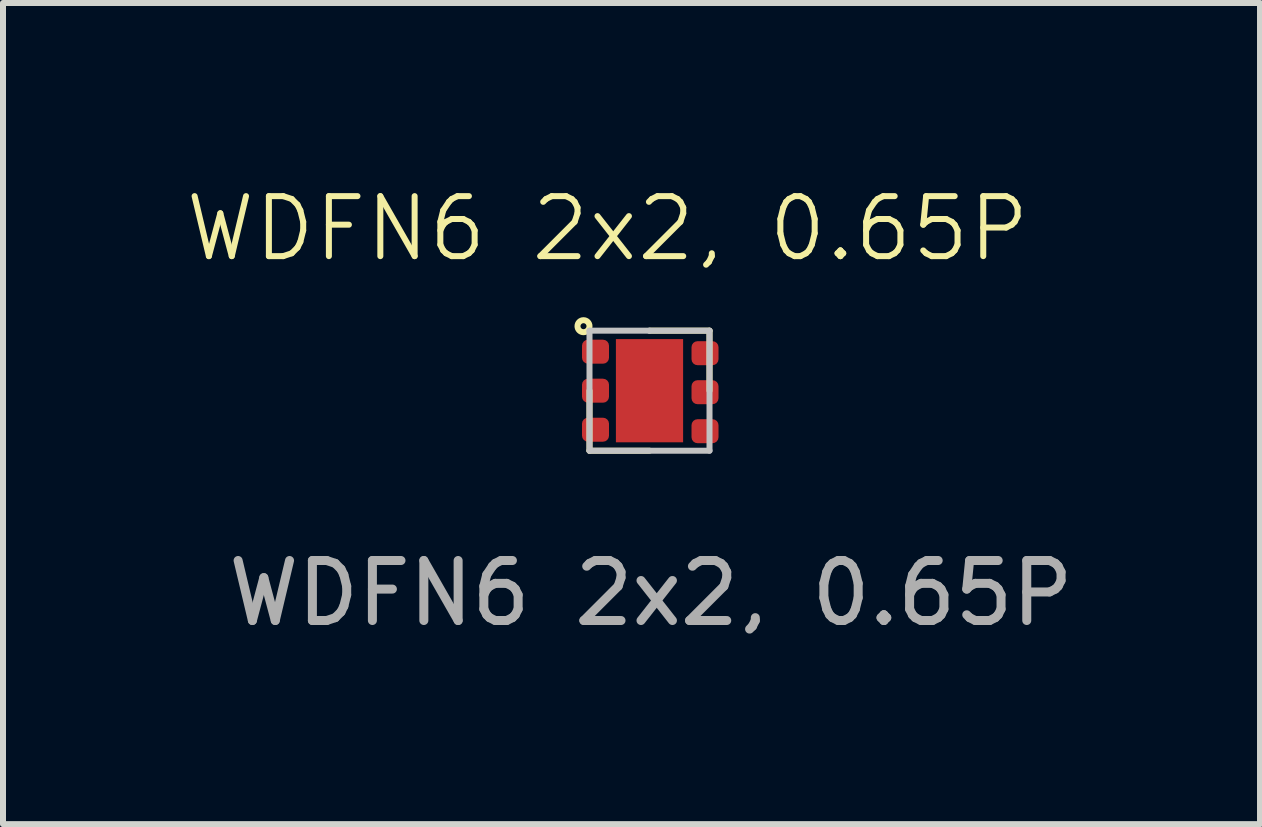
<source format=kicad_pcb>
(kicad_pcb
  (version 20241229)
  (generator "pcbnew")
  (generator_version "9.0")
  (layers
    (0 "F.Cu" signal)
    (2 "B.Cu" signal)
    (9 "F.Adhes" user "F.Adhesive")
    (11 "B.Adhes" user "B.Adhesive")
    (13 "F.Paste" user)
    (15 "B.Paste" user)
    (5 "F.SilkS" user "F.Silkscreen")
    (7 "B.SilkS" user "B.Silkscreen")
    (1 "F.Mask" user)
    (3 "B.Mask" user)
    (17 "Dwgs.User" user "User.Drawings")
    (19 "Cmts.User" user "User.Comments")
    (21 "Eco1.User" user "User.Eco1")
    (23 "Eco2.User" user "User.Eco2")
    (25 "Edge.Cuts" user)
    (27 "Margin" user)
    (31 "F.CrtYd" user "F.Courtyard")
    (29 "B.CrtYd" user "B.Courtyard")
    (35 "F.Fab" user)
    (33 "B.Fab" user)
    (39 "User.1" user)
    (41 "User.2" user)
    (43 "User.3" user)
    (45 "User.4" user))
  (footprint "WDFN6 2x2, 0.65P"
    (layer "F.Cu")
    (at 7.774 3.461)
    (property "Reference" "WDFN6 2x2, 0.65P" (at -0.7 -2.7 0) (unlocked yes) (layer "F.SilkS") (effects (font (size 1 1) (thickness 0.1))))
    (attr smd)
    (fp_line (start -1 0) (end -1 1) (stroke (width 0.1) (type default)) (layer "F.SilkS"))
    (fp_line (start -1 1) (end 0 1) (stroke (width 0.1) (type default)) (layer "F.SilkS"))
    (fp_line (start 0 -1) (end 1 -1) (stroke (width 0.1) (type default)) (layer "F.SilkS"))
    (fp_line (start 1 -1) (end 1 0) (stroke (width 0.1) (type default)) (layer "F.SilkS"))
    (fp_circle (center -1.1 -1.075) (end -1 -1.075) (stroke (width 0.1) (type default)) (fill no) (layer "F.SilkS"))
    (fp_line (start -1 -1) (end -1 1) (stroke (width 0.1) (type default)) (layer "Dwgs.User"))
    (fp_line (start -1 1) (end 1 1) (stroke (width 0.1) (type default)) (layer "Dwgs.User"))
    (fp_line (start 0 -1) (end -1 -1) (stroke (width 0.1) (type default)) (layer "Dwgs.User"))
    (fp_line (start 0 -1) (end 1 -1) (stroke (width 0.1) (type default)) (layer "Dwgs.User"))
    (fp_line (start 1 1) (end 1 -1) (stroke (width 0.1) (type default)) (layer "Dwgs.User"))
    (fp_text user "${REFERENCE}" (at 0.025 3.375 0) (unlocked yes) (layer "F.Fab") (effects (font (size 1 1) (thickness 0.15))))
    (pad "1" smd roundrect (at -0.9 -0.65) (size 0.45 0.4) (layers "F.Cu" "F.Mask" "F.Paste") (roundrect_rratio 0.25))
    (pad "2" smd roundrect (at -0.9 0) (size 0.45 0.4) (layers "F.Cu" "F.Mask" "F.Paste") (roundrect_rratio 0.25))
    (pad "3" smd roundrect (at -0.9 0.65) (size 0.45 0.4) (layers "F.Cu" "F.Mask" "F.Paste") (roundrect_rratio 0.25))
    (pad "4" smd roundrect (at 0.925 0.675) (size 0.45 0.4) (layers "F.Cu" "F.Mask" "F.Paste") (roundrect_rratio 0.25))
    (pad "5" smd roundrect (at 0.925 0.025) (size 0.45 0.4) (layers "F.Cu" "F.Mask" "F.Paste") (roundrect_rratio 0.25))
    (pad "6" smd roundrect (at 0.925 -0.625) (size 0.45 0.4) (layers "F.Cu" "F.Mask" "F.Paste") (roundrect_rratio 0.25))
    (pad "7" smd rect (at 0 0) (size 1.12 1.72) (layers "F.Cu" "F.Mask" "F.Paste")))
  (gr_rect
    (start -3 -3)
    (end 17.948 10.684)
    (stroke (width 0.1) (type default))
    (fill no)
    (layer "Edge.Cuts")))
</source>
